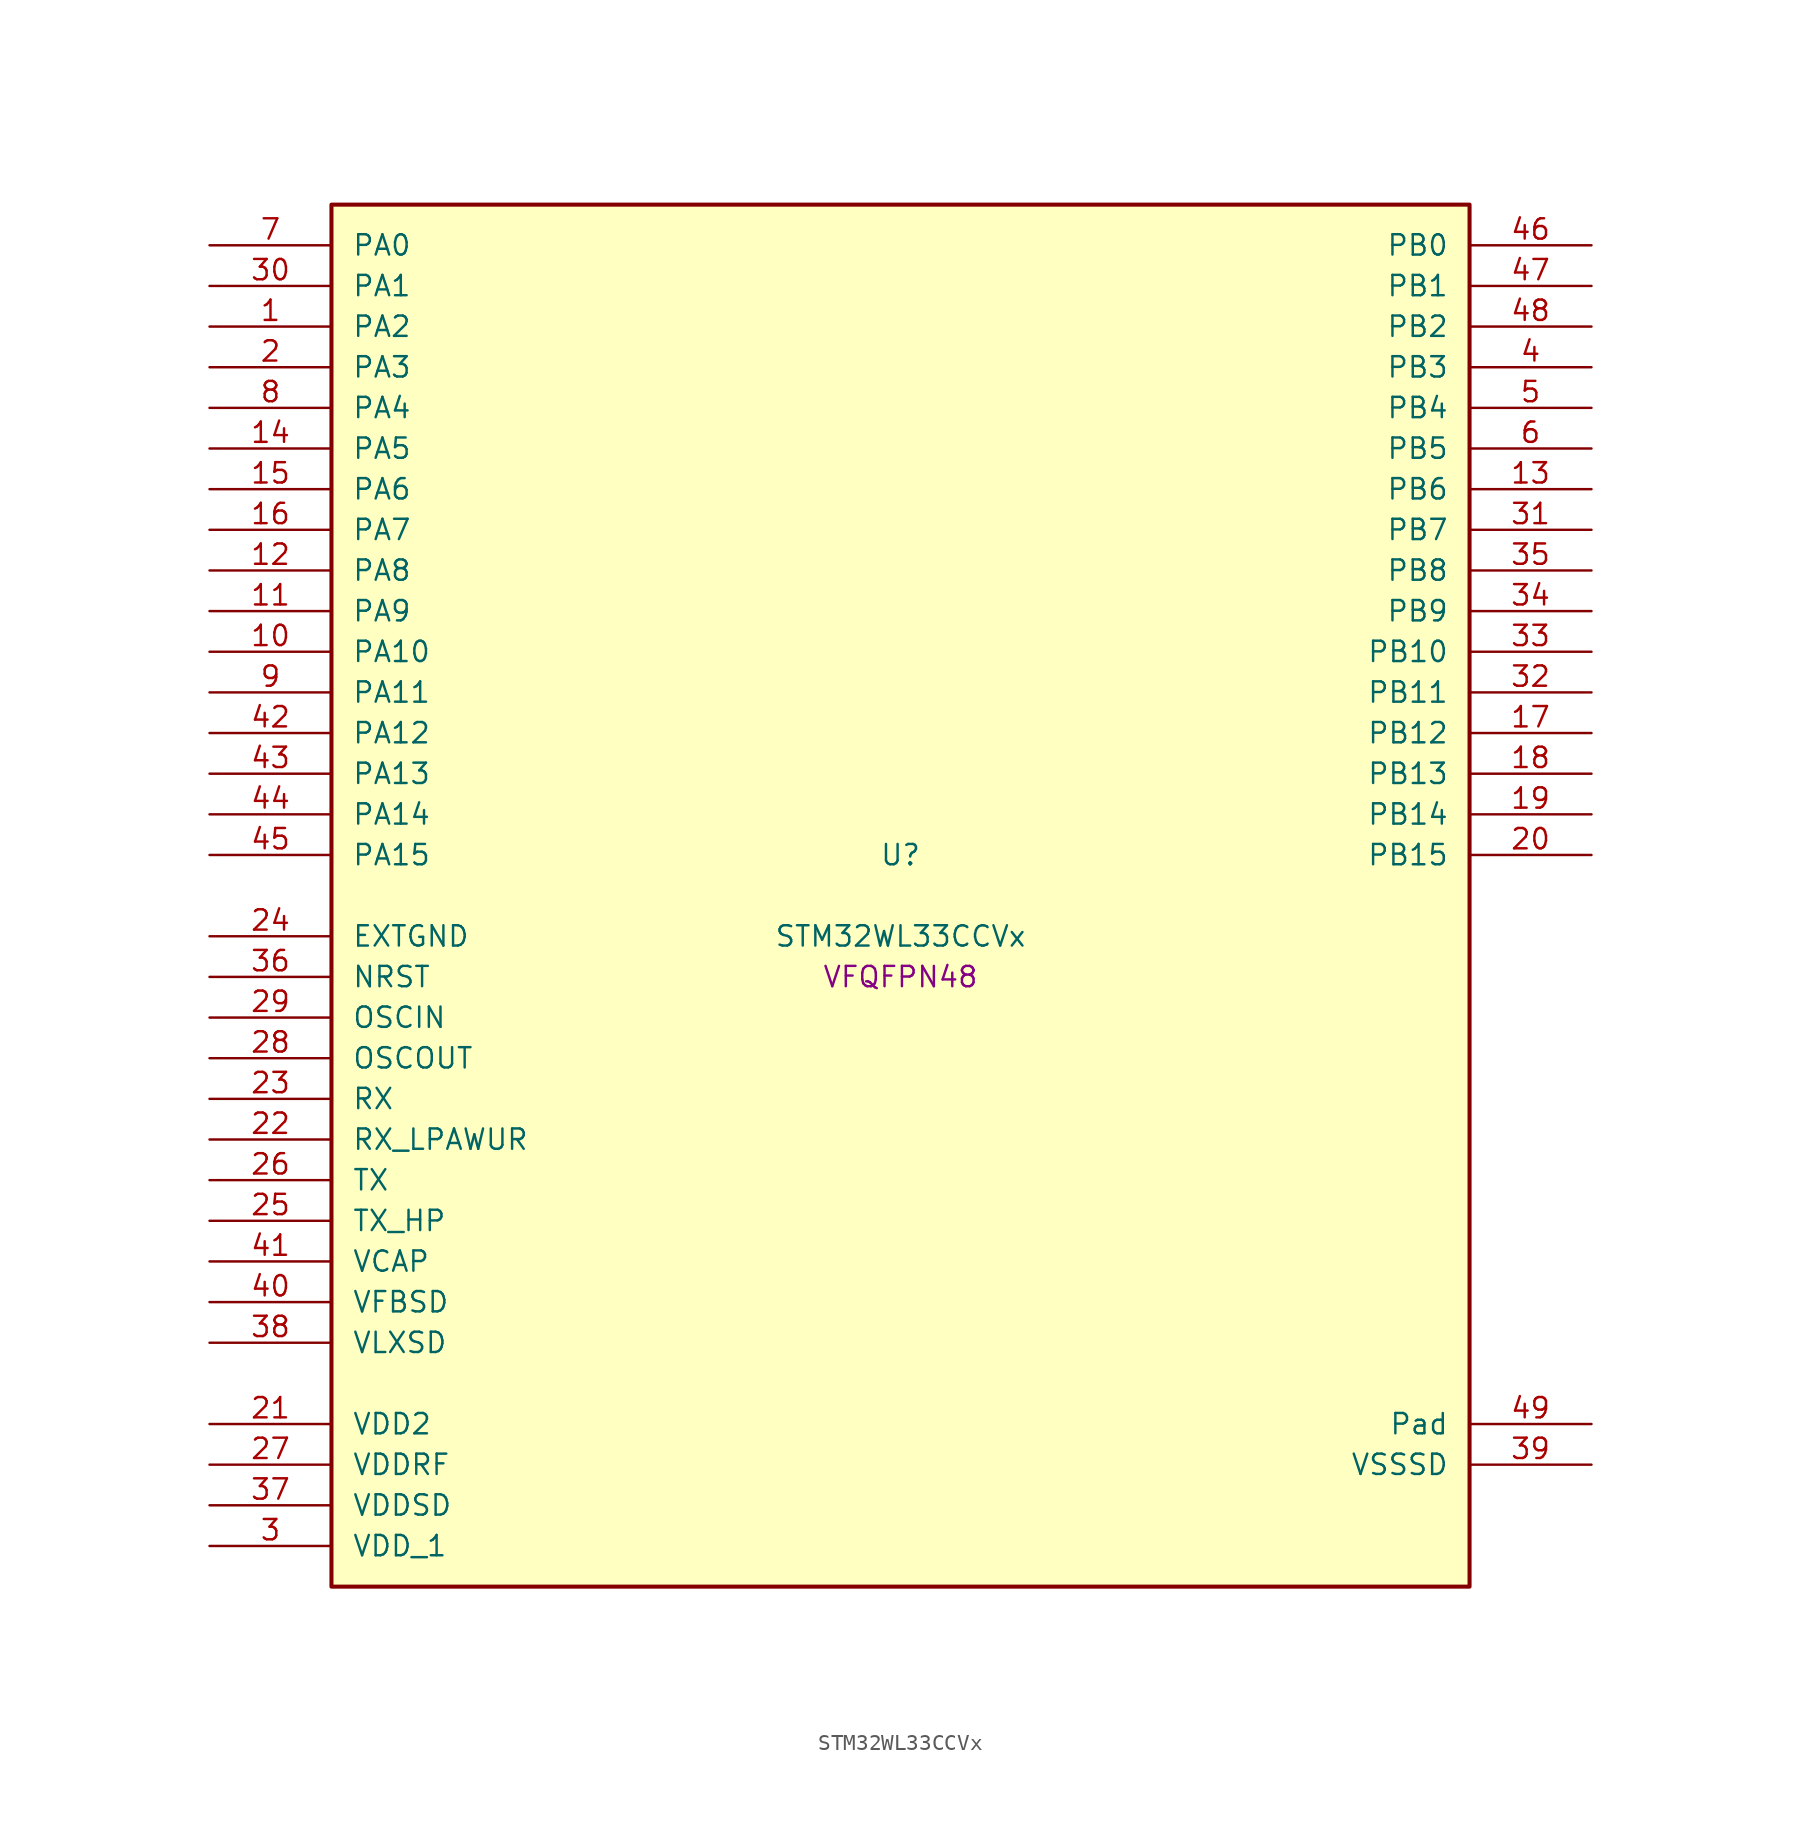
<source format=kicad_sym>
(kicad_symbol_lib
  (version 20241209)
  (generator "stm32_pkl_generator")
  (generator_version "1.0")
  (symbol "STM32WL33CCVx"
    (pin_names
      (offset 1.27))
    (property "Reference" "U"
      (at 0 2.54 0))
    (property "Value" "STM32WL33CCVx"
      (at 0 -2.54 0))
    (property "Footprint" "VFQFPN48"
      (at 0 -5.08 0))
    (symbol "STM32WL33CCVx_1_1"
      (rectangle (start -35.56 43.18) (end 35.56 -43.18) (stroke (width 0.254) (type solid)) (fill (type background)))
      (pin bidirectional line (at -43.18 40.64 0) (length 7.62) (name "PA0") (number "7") (alternate "PA0/I2C1_SCL" bidirectional line) (alternate "PA0/LCD_COM4" bidirectional line) (alternate "PA0/LCD_SEG12" bidirectional line) (alternate "PA0/PWR_WKUP12" bidirectional line) (alternate "PA0/TIM2_CH3" bidirectional line) (alternate "PA0/USART1_CTS" bidirectional line))
      (pin bidirectional line (at -43.18 38.1 0) (length 7.62) (name "PA1") (number "30") (alternate "PA1/I2C1_SDA" bidirectional line) (alternate "PA1/LCD_SEG0" bidirectional line) (alternate "PA1/PWR_WKUP13" bidirectional line) (alternate "PA1/TIM16_BRK" bidirectional line) (alternate "PA1/TIM2_CH4" bidirectional line) (alternate "PA1/USART1_TX" bidirectional line))
      (pin bidirectional line (at -43.18 35.56 0) (length 7.62) (name "PA2") (number "1") (alternate "PA2/ADC1_VINM2" bidirectional line) (alternate "PA2/DEBUG_SWDIO" bidirectional line) (alternate "PA2/I2S3_MCK" bidirectional line) (alternate "PA2/LCD_SEG1" bidirectional line) (alternate "PA2/PWR_WKUP14" bidirectional line) (alternate "PA2/TIM16_CH1" bidirectional line) (alternate "PA2/TIM2_CH1" bidirectional line) (alternate "PA2/USART1_CK" bidirectional line))
      (pin bidirectional line (at -43.18 33.02 0) (length 7.62) (name "PA3") (number "2") (alternate "PA3/ADC1_VINP2" bidirectional line) (alternate "PA3/DEBUG_SWCLK" bidirectional line) (alternate "PA3/I2S3_CK" bidirectional line) (alternate "PA3/LCD_SEG2" bidirectional line) (alternate "PA3/PWR_WKUP15" bidirectional line) (alternate "PA3/SPI3_SCK" bidirectional line) (alternate "PA3/TIM16_CH1N" bidirectional line) (alternate "PA3/TIM2_CH2" bidirectional line) (alternate "PA3/USART1_DE" bidirectional line) (alternate "PA3/USART1_RTS" bidirectional line))
      (pin bidirectional line (at -43.18 30.48 0) (length 7.62) (name "PA4") (number "8") (alternate "PA4/COMP1_OUT" bidirectional line) (alternate "PA4/LPUART1_TX" bidirectional line) (alternate "PA4/RCC_LCO" bidirectional line) (alternate "PA4/TIM2_CH1" bidirectional line))
      (pin bidirectional line (at -43.18 27.94 0) (length 7.62) (name "PA5") (number "14") (alternate "PA5/LCD_SEG9" bidirectional line) (alternate "PA5/LPUART1_RX" bidirectional line) (alternate "PA5/RCC_MCO" bidirectional line) (alternate "PA5/TIM2_CH2" bidirectional line))
      (pin bidirectional line (at -43.18 25.4 0) (length 7.62) (name "PA6") (number "15") (alternate "PA6/I2C2_SCL" bidirectional line) (alternate "PA6/TIM2_CH1" bidirectional line) (alternate "PA6/USART1_CTS" bidirectional line))
      (pin bidirectional line (at -43.18 22.86 0) (length 7.62) (name "PA7") (number "16") (alternate "PA7/I2C2_SDA" bidirectional line) (alternate "PA7/LPUART1_DE" bidirectional line) (alternate "PA7/LPUART1_RTS" bidirectional line) (alternate "PA7/PWR_WKUP7" bidirectional line) (alternate "PA7/TIM2_CH2" bidirectional line))
      (pin bidirectional line (at -43.18 20.32 0) (length 7.62) (name "PA8") (number "12") (alternate "PA8/LCD_COM0" bidirectional line) (alternate "PA8/MRSUBG_RX_SEQUENCE" bidirectional line) (alternate "PA8/PWR_WKUP8" bidirectional line) (alternate "PA8/RTC_OUT" bidirectional line) (alternate "PA8/RTC_TAMP1" bidirectional line) (alternate "PA8/RTC_TS" bidirectional line) (alternate "PA8/SPI3_MISO" bidirectional line) (alternate "PA8/TIM2_CH3" bidirectional line) (alternate "PA8/USART1_RX" bidirectional line))
      (pin bidirectional line (at -43.18 17.78 0) (length 7.62) (name "PA9") (number "11") (alternate "PA9/I2S3_WS" bidirectional line) (alternate "PA9/LCD_SEG3" bidirectional line) (alternate "PA9/PWR_WKUP9" bidirectional line) (alternate "PA9/RTC_OUT" bidirectional line) (alternate "PA9/SPI3_NSS" bidirectional line) (alternate "PA9/TIM2_CH4" bidirectional line) (alternate "PA9/USART1_TX" bidirectional line))
      (pin bidirectional line (at -43.18 15.24 0) (length 7.62) (name "PA10") (number "10") (alternate "PA10/I2S3_MCK" bidirectional line) (alternate "PA10/LCD_SEG4" bidirectional line) (alternate "PA10/LPUART1_CTS" bidirectional line) (alternate "PA10/MRSUBG_TX_DATA" bidirectional line) (alternate "PA10/MRSUBG_TX_SEQUENCE" bidirectional line) (alternate "PA10/PWR_WKUP10" bidirectional line))
      (pin bidirectional line (at -43.18 12.7 0) (length 7.62) (name "PA11") (number "9") (alternate "PA11/I2S3_SD" bidirectional line) (alternate "PA11/LCD_SEG5" bidirectional line) (alternate "PA11/MRSUBG_RX_SEQUENCE" bidirectional line) (alternate "PA11/MRSUBG_TX_CLOCK" bidirectional line) (alternate "PA11/PWR_WKUP11" bidirectional line) (alternate "PA11/RCC_MCO" bidirectional line) (alternate "PA11/SPI3_MOSI" bidirectional line))
      (pin bidirectional line (at -43.18 10.16 0) (length 7.62) (name "PA12") (number "42") (alternate "PA12/DEBUG_SWDIO" bidirectional line) (alternate "PA12/I2C1_SMBA" bidirectional line) (alternate "PA12/SPI1_NSS" bidirectional line) (alternate "PA12/TIM2_CH1" bidirectional line))
      (pin bidirectional line (at -43.18 7.62 0) (length 7.62) (name "PA13") (number "43") (alternate "PA13/COMP1_INM" bidirectional line) (alternate "PA13/DAC1_OUT1" bidirectional line) (alternate "PA13/DEBUG_SWCLK" bidirectional line) (alternate "PA13/I2C2_SCL" bidirectional line) (alternate "PA13/LCD_SEG10" bidirectional line) (alternate "PA13/SPI1_SCK" bidirectional line) (alternate "PA13/TIM2_ETR" bidirectional line))
      (pin bidirectional line (at -43.18 5.08 0) (length 7.62) (name "PA14") (number "44") (alternate "PA14/COMP1_INP" bidirectional line) (alternate "PA14/I2C2_SDA" bidirectional line) (alternate "PA14/LCD_SEG11" bidirectional line) (alternate "PA14/LCSC_LCB" bidirectional line) (alternate "PA14/SPI1_MISO" bidirectional line))
      (pin bidirectional line (at -43.18 2.54 0) (length 7.62) (name "PA15") (number "45") (alternate "PA15/I2C2_SMBA" bidirectional line) (alternate "PA15/SPI1_MOSI" bidirectional line) (alternate "PA15/USART1_RX" bidirectional line))
      (pin bidirectional line (at 43.18 40.64 180) (length 7.62) (name "PB0") (number "46") (alternate "PB0/ADC1_VINM1" bidirectional line) (alternate "PB0/COMP1_INM" bidirectional line) (alternate "PB0/LCD_COM1" bidirectional line) (alternate "PB0/LPUART1_DE" bidirectional line) (alternate "PB0/LPUART1_RTS" bidirectional line) (alternate "PB0/MRSUBG_ANTENNA_SWITCH" bidirectional line) (alternate "PB0/PWR_WKUP0" bidirectional line) (alternate "PB0/SPI1_NSS" bidirectional line) (alternate "PB0/TIM16_CH1" bidirectional line) (alternate "PB0/USART1_RX" bidirectional line))
      (pin bidirectional line (at 43.18 38.1 180) (length 7.62) (name "PB1") (number "47") (alternate "PB1/ADC1_VINP1" bidirectional line) (alternate "PB1/COMP1_INP" bidirectional line) (alternate "PB1/DEBUG_SWDIO" bidirectional line) (alternate "PB1/LCD_SEG6" bidirectional line) (alternate "PB1/LCSC_LCA" bidirectional line) (alternate "PB1/MRSUBG_RX_DATA" bidirectional line) (alternate "PB1/PWR_WKUP1" bidirectional line) (alternate "PB1/SPI1_SCK" bidirectional line) (alternate "PB1/TIM16_CH1N" bidirectional line) (alternate "PB1/USART1_CK" bidirectional line))
      (pin bidirectional line (at 43.18 35.56 180) (length 7.62) (name "PB2") (number "48") (alternate "PB2/ADC1_VINM0" bidirectional line) (alternate "PB2/COMP1_INP" bidirectional line) (alternate "PB2/DEBUG_SWCLK" bidirectional line) (alternate "PB2/LCD_SEG7" bidirectional line) (alternate "PB2/LCSC_LCT" bidirectional line) (alternate "PB2/MRSUBG_RX_CLOCK" bidirectional line) (alternate "PB2/PWR_WKUP2" bidirectional line) (alternate "PB2/SPI1_MISO" bidirectional line) (alternate "PB2/TIM16_BRK" bidirectional line) (alternate "PB2/USART1_DE" bidirectional line) (alternate "PB2/USART1_RTS" bidirectional line))
      (pin bidirectional line (at 43.18 33.02 180) (length 7.62) (name "PB3") (number "4") (alternate "PB3/ADC1_VINP0" bidirectional line) (alternate "PB3/COMP1_INM" bidirectional line) (alternate "PB3/LCD_SEG8" bidirectional line) (alternate "PB3/LPUART1_TX" bidirectional line) (alternate "PB3/PWR_WKUP3" bidirectional line) (alternate "PB3/SPI1_MOSI" bidirectional line) (alternate "PB3/TIM2_CH4" bidirectional line) (alternate "PB3/USART1_CTS" bidirectional line))
      (pin bidirectional line (at 43.18 30.48 180) (length 7.62) (name "PB4") (number "5") (alternate "PB4/ADC1_VINM3" bidirectional line) (alternate "PB4/DAC1_VCMBUFF" bidirectional line) (alternate "PB4/LCD_COM5" bidirectional line) (alternate "PB4/LCD_SEG13" bidirectional line) (alternate "PB4/LPUART1_TX" bidirectional line) (alternate "PB4/PWR_WKUP4" bidirectional line) (alternate "PB4/SPI3_MISO" bidirectional line))
      (pin bidirectional line (at 43.18 27.94 180) (length 7.62) (name "PB5") (number "6") (alternate "PB5/ADC1_VINP3" bidirectional line) (alternate "PB5/I2S3_WS" bidirectional line) (alternate "PB5/LCD_COM6" bidirectional line) (alternate "PB5/LCD_SEG14" bidirectional line) (alternate "PB5/LPUART1_RX" bidirectional line) (alternate "PB5/PWR_WKUP5" bidirectional line) (alternate "PB5/SPI3_NSS" bidirectional line))
      (pin bidirectional line (at 43.18 25.4 180) (length 7.62) (name "PB6") (number "13") (alternate "PB6/COMP1_OUT" bidirectional line) (alternate "PB6/I2C1_SCL" bidirectional line) (alternate "PB6/I2S3_CK" bidirectional line) (alternate "PB6/LCD_COM7" bidirectional line) (alternate "PB6/LCD_SEG15" bidirectional line) (alternate "PB6/LPUART1_TX" bidirectional line) (alternate "PB6/PWR_WKUP6" bidirectional line) (alternate "PB6/SPI3_SCK" bidirectional line) (alternate "PB6/TIM2_CH3" bidirectional line))
      (pin bidirectional line (at 43.18 22.86 180) (length 7.62) (name "PB7") (number "31") (alternate "PB7/I2C1_SDA" bidirectional line) (alternate "PB7/I2S3_SD" bidirectional line) (alternate "PB7/LCD_COM2" bidirectional line) (alternate "PB7/LPUART1_RX" bidirectional line) (alternate "PB7/PWR_WKUP7" bidirectional line) (alternate "PB7/SPI3_MOSI" bidirectional line) (alternate "PB7/TIM2_ETR" bidirectional line))
      (pin bidirectional line (at 43.18 20.32 180) (length 7.62) (name "PB8") (number "35") (alternate "PB8/LPUART1_RX" bidirectional line) (alternate "PB8/SPI1_MISO" bidirectional line) (alternate "PB8/TIM2_CH4" bidirectional line) (alternate "PB8/USART1_CK" bidirectional line))
      (pin bidirectional line (at 43.18 17.78 180) (length 7.62) (name "PB9") (number "34") (alternate "PB9/LPUART1_CTS" bidirectional line) (alternate "PB9/SPI1_MOSI" bidirectional line) (alternate "PB9/USART1_TX" bidirectional line))
      (pin bidirectional line (at 43.18 15.24 180) (length 7.62) (name "PB10") (number "33") (alternate "PB10/I2C1_SDA" bidirectional line) (alternate "PB10/SPI1_NSS" bidirectional line) (alternate "PB10/TIM2_CH2" bidirectional line))
      (pin bidirectional line (at 43.18 12.7 180) (length 7.62) (name "PB11") (number "32") (alternate "PB11/I2C1_SCL" bidirectional line) (alternate "PB11/SPI1_SCK" bidirectional line) (alternate "PB11/TIM2_CH1" bidirectional line) (alternate "PB11/USART1_DE" bidirectional line) (alternate "PB11/USART1_RTS" bidirectional line))
      (pin bidirectional line (at 43.18 10.16 180) (length 7.62) (name "PB12") (number "17") (alternate "PB12/LPUART1_CTS" bidirectional line) (alternate "PB12/RCC_LCO" bidirectional line) (alternate "PB12/RCC_OSC32_OUT" bidirectional line) (alternate "PB12/TIM2_CH3" bidirectional line) (alternate "PB12/USART1_DE" bidirectional line) (alternate "PB12/USART1_RTS" bidirectional line))
      (pin bidirectional line (at 43.18 7.62 180) (length 7.62) (name "PB13") (number "18") (alternate "PB13/I2C2_SMBA" bidirectional line) (alternate "PB13/RCC_OSC32_IN" bidirectional line) (alternate "PB13/TIM2_CH4" bidirectional line))
      (pin bidirectional line (at 43.18 5.08 180) (length 7.62) (name "PB14") (number "19") (alternate "PB14/I2C1_SMBA" bidirectional line) (alternate "PB14/LCD_COM3" bidirectional line) (alternate "PB14/MRSUBG_TX_SEQUENCE" bidirectional line) (alternate "PB14/PWR_PVD_IN" bidirectional line) (alternate "PB14/RCC_MCO" bidirectional line) (alternate "PB14/TIM2_ETR" bidirectional line) (alternate "PB14/USART1_RX" bidirectional line))
      (pin bidirectional line (at 43.18 2.54 180) (length 7.62) (name "PB15") (number "20") (alternate "PB15/COMP1_OUT" bidirectional line) (alternate "PB15/LCD_VLCD" bidirectional line) (alternate "PB15/USART1_TX" bidirectional line))
      (pin power_in line (at -43.18 -2.54 0) (length 7.62) (name "EXTGND") (number "24"))
      (pin input line (at -43.18 -5.08 0) (length 7.62) (name "NRST") (number "36"))
      (pin bidirectional line (at -43.18 -7.62 0) (length 7.62) (name "OSCIN") (number "29") (alternate "OSCIN/RCC_OSC_IN" bidirectional line))
      (pin bidirectional line (at -43.18 -10.16 0) (length 7.62) (name "OSCOUT") (number "28") (alternate "OSCOUT/RCC_OSC_OUT" bidirectional line))
      (pin input line (at -43.18 -12.7 0) (length 7.62) (name "RX") (number "23"))
      (pin input line (at -43.18 -15.24 0) (length 7.62) (name "RX_LPAWUR") (number "22"))
      (pin input line (at -43.18 -17.78 0) (length 7.62) (name "TX") (number "26"))
      (pin input line (at -43.18 -20.32 0) (length 7.62) (name "TX_HP") (number "25"))
      (pin power_in line (at -43.18 -22.86 0) (length 7.62) (name "VCAP") (number "41"))
      (pin power_in line (at -43.18 -25.4 0) (length 7.62) (name "VFBSD") (number "40"))
      (pin power_in line (at -43.18 -27.94 0) (length 7.62) (name "VLXSD") (number "38"))
      (pin power_in line (at -43.18 -33.02 0) (length 7.62) (name "VDD2") (number "21"))
      (pin power_in line (at -43.18 -35.56 0) (length 7.62) (name "VDDRF") (number "27"))
      (pin power_in line (at -43.18 -38.1 0) (length 7.62) (name "VDDSD") (number "37"))
      (pin power_in line (at -43.18 -40.64 0) (length 7.62) (name "VDD_1") (number "3"))
      (pin passive line (at 43.18 -33.02 180) (length 7.62) (name "Pad") (number "49"))
      (pin power_in line (at 43.18 -35.56 180) (length 7.62) (name "VSSSD") (number "39")))))
</source>
